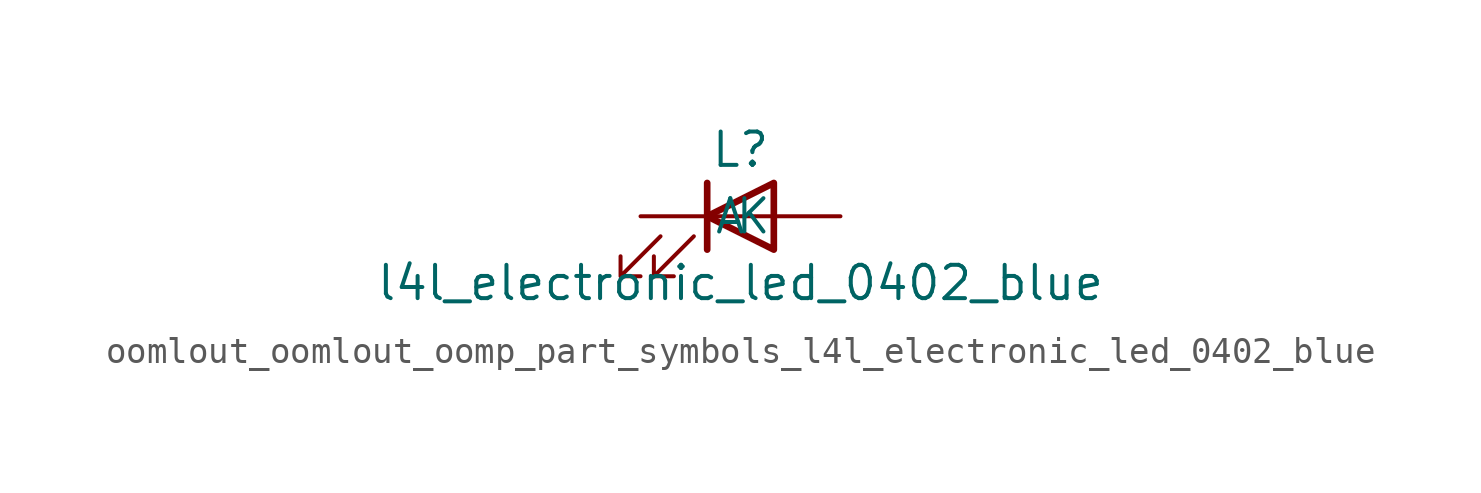
<source format=kicad_sym>
(kicad_symbol_lib
  (version 20220914)
  (generator kicad_symbol_editor)
  (symbol "oomlout_oomlout_oomp_part_symbols_l4l_electronic_led_0402_blue"
    (pin_numbers hide)
    (pin_names
      (offset 1.016))
    (property "Reference" "L"
      (at 0 2.54 0)
      (effects (font (size 1.27 1.27))))
    (property "Value" "l4l_electronic_led_0402_blue"
      (at 0 -2.54 0)
      (effects (font (size 1.27 1.27))))
    (symbol "oomlout_oomlout_oomp_part_symbols_l4l_electronic_led_0402_blue_0_1"
      (polyline (pts (xy -1.27 -1.27) (xy -1.27 1.27)) (stroke (width 0.254) (type default)) (fill (type none)))
      (polyline (pts (xy -1.27 0) (xy 1.27 0)) (stroke (width 0) (type default)) (fill (type none)))
      (polyline (pts (xy 1.27 -1.27) (xy 1.27 1.27) (xy -1.27 0) (xy 1.27 -1.27)) (stroke (width 0.254) (type default)) (fill (type none)))
      (polyline (pts (xy -3.048 -0.762) (xy -4.572 -2.286) (xy -3.81 -2.286) (xy -4.572 -2.286) (xy -4.572 -1.524)) (stroke (width 0) (type default)) (fill (type none)))
      (polyline (pts (xy -1.778 -0.762) (xy -3.302 -2.286) (xy -2.54 -2.286) (xy -3.302 -2.286) (xy -3.302 -1.524)) (stroke (width 0) (type default)) (fill (type none))))
    (symbol "oomlout_oomlout_oomp_part_symbols_l4l_electronic_led_0402_blue_1_1"
      (pin passive line (at -3.81 0 0) (length 2.54) (name "K" (effects (font (size 1.27 1.27)))) (number "1" (effects (font (size 1.27 1.27)))))
      (pin passive line (at 3.81 0 180) (length 2.54) (name "A" (effects (font (size 1.27 1.27)))) (number "2" (effects (font (size 1.27 1.27))))))))
</source>
